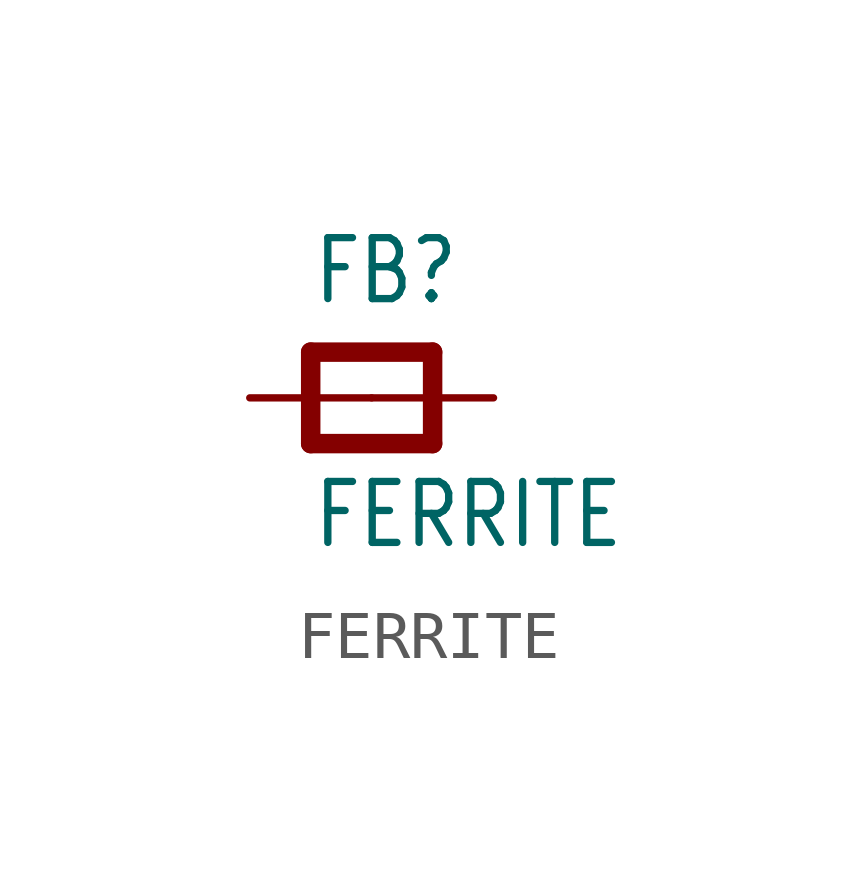
<source format=kicad_sym>
(kicad_symbol_lib
  (version 20211014)
  (generator kicad_symbol_editor)
  (symbol "FERRITE"
    (property "Reference" "FB"
      (at -1.27 1.905 0)
      (effects (font (size 1.27 1.079)) (justify left bottom)))
    (property "Value" "FERRITE"
      (at -1.27 -3.175 0)
      (effects (font (size 1.27 1.079)) (justify left bottom)))
    (property "ki_locked" ""
      (at 0 0 0)
      (effects (font (size 1.27 1.27))))
    (symbol "FERRITE_1_0"
      (polyline (pts (xy -1.27 -0.953) (xy -1.27 0.953)) (stroke (width 0.406) (type default) (color 0 0 0 0)) (fill (type none)))
      (polyline (pts (xy -1.27 0.953) (xy 1.27 0.953)) (stroke (width 0.406) (type default) (color 0 0 0 0)) (fill (type none)))
      (polyline (pts (xy 1.27 -0.953) (xy -1.27 -0.953)) (stroke (width 0.406) (type default) (color 0 0 0 0)) (fill (type none)))
      (polyline (pts (xy 1.27 0.953) (xy 1.27 -0.953)) (stroke (width 0.406) (type default) (color 0 0 0 0)) (fill (type none)))
      (pin passive line (at -2.54 0 0) (length 2.54) (name "P$1" (effects (font (size 0 0)))) (number "1" (effects (font (size 0 0)))))
      (pin passive line (at 2.54 0 180) (length 2.54) (name "P$2" (effects (font (size 0 0)))) (number "2" (effects (font (size 0 0))))))))
</source>
